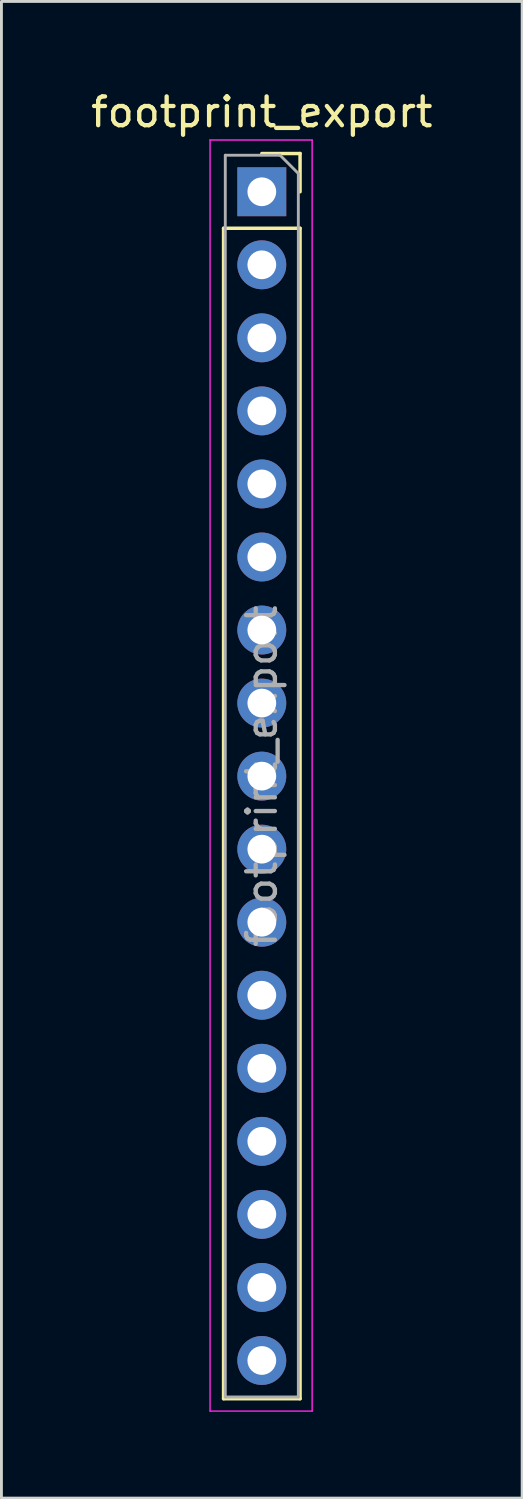
<source format=kicad_pcb>
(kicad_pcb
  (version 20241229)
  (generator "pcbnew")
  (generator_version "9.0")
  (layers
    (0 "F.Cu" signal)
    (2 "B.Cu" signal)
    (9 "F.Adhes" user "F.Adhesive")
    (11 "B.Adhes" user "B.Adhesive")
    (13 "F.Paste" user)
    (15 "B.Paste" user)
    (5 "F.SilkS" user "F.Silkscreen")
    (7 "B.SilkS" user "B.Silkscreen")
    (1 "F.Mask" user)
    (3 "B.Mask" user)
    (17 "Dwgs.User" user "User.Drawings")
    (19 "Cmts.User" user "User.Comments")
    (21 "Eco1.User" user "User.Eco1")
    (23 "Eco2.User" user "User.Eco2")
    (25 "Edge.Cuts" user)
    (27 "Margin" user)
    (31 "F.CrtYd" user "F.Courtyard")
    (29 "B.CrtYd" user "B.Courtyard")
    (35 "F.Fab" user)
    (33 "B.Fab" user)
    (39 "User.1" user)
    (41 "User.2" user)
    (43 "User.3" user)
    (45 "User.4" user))
  (footprint "footprint_export"
    (layer "F.Cu")
    (at 6.054 3.618)
    (property "Reference" "footprint_export" (at 0 -2.77 0) (layer "F.SilkS") (effects (font (size 1 1) (thickness 0.15))))
    (attr through_hole)
    (fp_line (start -1.33 1.27) (end -1.33 41.97) (stroke (width 0.12) (type solid)) (layer "F.SilkS"))
    (fp_line (start -1.33 1.27) (end 1.33 1.27) (stroke (width 0.12) (type solid)) (layer "F.SilkS"))
    (fp_line (start -1.33 41.97) (end 1.33 41.97) (stroke (width 0.12) (type solid)) (layer "F.SilkS"))
    (fp_line (start 0 -1.33) (end 1.33 -1.33) (stroke (width 0.12) (type solid)) (layer "F.SilkS"))
    (fp_line (start 1.33 -1.33) (end 1.33 0) (stroke (width 0.12) (type solid)) (layer "F.SilkS"))
    (fp_line (start 1.33 1.27) (end 1.33 41.97) (stroke (width 0.12) (type solid)) (layer "F.SilkS"))
    (fp_line (start -1.8 -1.8) (end 1.75 -1.8) (stroke (width 0.05) (type solid)) (layer "F.CrtYd"))
    (fp_line (start -1.8 42.4) (end -1.8 -1.8) (stroke (width 0.05) (type solid)) (layer "F.CrtYd"))
    (fp_line (start 1.75 -1.8) (end 1.75 42.4) (stroke (width 0.05) (type solid)) (layer "F.CrtYd"))
    (fp_line (start 1.75 42.4) (end -1.8 42.4) (stroke (width 0.05) (type solid)) (layer "F.CrtYd"))
    (fp_line (start -1.27 -1.27) (end 0.635 -1.27) (stroke (width 0.1) (type solid)) (layer "F.Fab"))
    (fp_line (start -1.27 41.91) (end -1.27 -1.27) (stroke (width 0.1) (type solid)) (layer "F.Fab"))
    (fp_line (start 0.635 -1.27) (end 1.27 -0.635) (stroke (width 0.1) (type solid)) (layer "F.Fab"))
    (fp_line (start 1.27 -0.635) (end 1.27 41.91) (stroke (width 0.1) (type solid)) (layer "F.Fab"))
    (fp_line (start 1.27 41.91) (end -1.27 41.91) (stroke (width 0.1) (type solid)) (layer "F.Fab"))
    (fp_text user "${REFERENCE}" (at 0 20.32 90) (layer "F.Fab") (effects (font (size 1 1) (thickness 0.15))))
    (pad "1" thru_hole rect (at 0 0) (size 1.7 1.7) (drill 1) (layers "*.Cu" "*.Mask"))
    (pad "2" thru_hole oval (at 0 2.54) (size 1.7 1.7) (drill 1) (layers "*.Cu" "*.Mask"))
    (pad "3" thru_hole oval (at 0 5.08) (size 1.7 1.7) (drill 1) (layers "*.Cu" "*.Mask"))
    (pad "4" thru_hole oval (at 0 7.62) (size 1.7 1.7) (drill 1) (layers "*.Cu" "*.Mask"))
    (pad "5" thru_hole oval (at 0 10.16) (size 1.7 1.7) (drill 1) (layers "*.Cu" "*.Mask"))
    (pad "6" thru_hole oval (at 0 12.7) (size 1.7 1.7) (drill 1) (layers "*.Cu" "*.Mask"))
    (pad "7" thru_hole oval (at 0 15.24) (size 1.7 1.7) (drill 1) (layers "*.Cu" "*.Mask"))
    (pad "8" thru_hole oval (at 0 17.78) (size 1.7 1.7) (drill 1) (layers "*.Cu" "*.Mask"))
    (pad "9" thru_hole oval (at 0 20.32) (size 1.7 1.7) (drill 1) (layers "*.Cu" "*.Mask"))
    (pad "10" thru_hole oval (at 0 22.86) (size 1.7 1.7) (drill 1) (layers "*.Cu" "*.Mask"))
    (pad "11" thru_hole oval (at 0 25.4) (size 1.7 1.7) (drill 1) (layers "*.Cu" "*.Mask"))
    (pad "12" thru_hole oval (at 0 27.94) (size 1.7 1.7) (drill 1) (layers "*.Cu" "*.Mask"))
    (pad "13" thru_hole oval (at 0 30.48) (size 1.7 1.7) (drill 1) (layers "*.Cu" "*.Mask"))
    (pad "14" thru_hole oval (at 0 33.02) (size 1.7 1.7) (drill 1) (layers "*.Cu" "*.Mask"))
    (pad "15" thru_hole oval (at 0 35.56) (size 1.7 1.7) (drill 1) (layers "*.Cu" "*.Mask"))
    (pad "16" thru_hole oval (at 0 38.1) (size 1.7 1.7) (drill 1) (layers "*.Cu" "*.Mask"))
    (pad "17" thru_hole oval (at 0 40.64) (size 1.7 1.7) (drill 1) (layers "*.Cu" "*.Mask")))
  (gr_rect
    (start -3 -3)
    (end 15.107 49.043)
    (stroke (width 0.1) (type default))
    (fill no)
    (layer "Edge.Cuts")))
</source>
